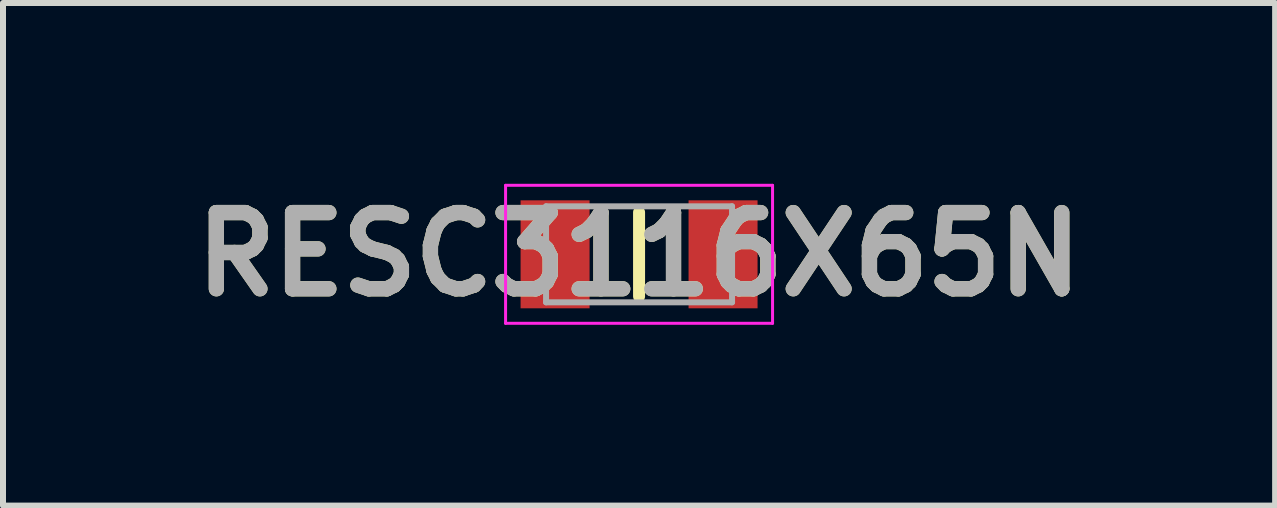
<source format=kicad_pcb>
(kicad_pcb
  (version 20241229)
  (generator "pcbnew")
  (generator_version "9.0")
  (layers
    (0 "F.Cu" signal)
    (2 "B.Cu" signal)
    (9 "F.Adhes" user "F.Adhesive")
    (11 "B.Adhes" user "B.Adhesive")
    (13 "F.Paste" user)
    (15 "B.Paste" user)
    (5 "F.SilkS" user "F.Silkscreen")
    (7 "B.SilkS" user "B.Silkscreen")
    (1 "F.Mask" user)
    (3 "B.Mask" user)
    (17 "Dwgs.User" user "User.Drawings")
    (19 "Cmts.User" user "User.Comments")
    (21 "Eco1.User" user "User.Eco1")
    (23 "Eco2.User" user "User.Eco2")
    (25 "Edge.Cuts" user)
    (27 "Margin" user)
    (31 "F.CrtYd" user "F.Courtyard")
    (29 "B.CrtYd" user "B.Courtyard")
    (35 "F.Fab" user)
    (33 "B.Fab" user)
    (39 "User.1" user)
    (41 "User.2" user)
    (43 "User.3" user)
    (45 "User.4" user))
  (footprint "RESC3116X65N"
    (layer "F.Cu")
    (at 7.602 1.189)
    (property "Reference" "RESC3116X65N" (at 0 0 0) (layer "F.SilkS") (effects (font (size 1.27 1.27) (thickness 0.254))))
    (attr smd)
    (fp_line (start 0 -0.7) (end 0 0.7) (stroke (width 0.2) (type solid)) (layer "F.SilkS"))
    (fp_line (start -2.225 -1.15) (end 2.225 -1.15) (stroke (width 0.05) (type solid)) (layer "F.CrtYd"))
    (fp_line (start -2.225 1.15) (end -2.225 -1.15) (stroke (width 0.05) (type solid)) (layer "F.CrtYd"))
    (fp_line (start 2.225 -1.15) (end 2.225 1.15) (stroke (width 0.05) (type solid)) (layer "F.CrtYd"))
    (fp_line (start 2.225 1.15) (end -2.225 1.15) (stroke (width 0.05) (type solid)) (layer "F.CrtYd"))
    (fp_line (start -1.55 -0.8) (end 1.55 -0.8) (stroke (width 0.1) (type solid)) (layer "F.Fab"))
    (fp_line (start -1.55 0.8) (end -1.55 -0.8) (stroke (width 0.1) (type solid)) (layer "F.Fab"))
    (fp_line (start 1.55 -0.8) (end 1.55 0.8) (stroke (width 0.1) (type solid)) (layer "F.Fab"))
    (fp_line (start 1.55 0.8) (end -1.55 0.8) (stroke (width 0.1) (type solid)) (layer "F.Fab"))
    (fp_text user "${REFERENCE}" (at 0 0 0) (layer "F.Fab") (effects (font (size 1.27 1.27) (thickness 0.254))))
    (pad "1" smd rect (at -1.4 0) (size 1.15 1.8) (layers "F.Cu" "F.Mask" "F.Paste"))
    (pad "2" smd rect (at 1.4 0) (size 1.15 1.8) (layers "F.Cu" "F.Mask" "F.Paste")))
  (gr_rect
    (start -3 -3)
    (end 18.204 5.377)
    (stroke (width 0.1) (type default))
    (fill no)
    (layer "Edge.Cuts")))
</source>
